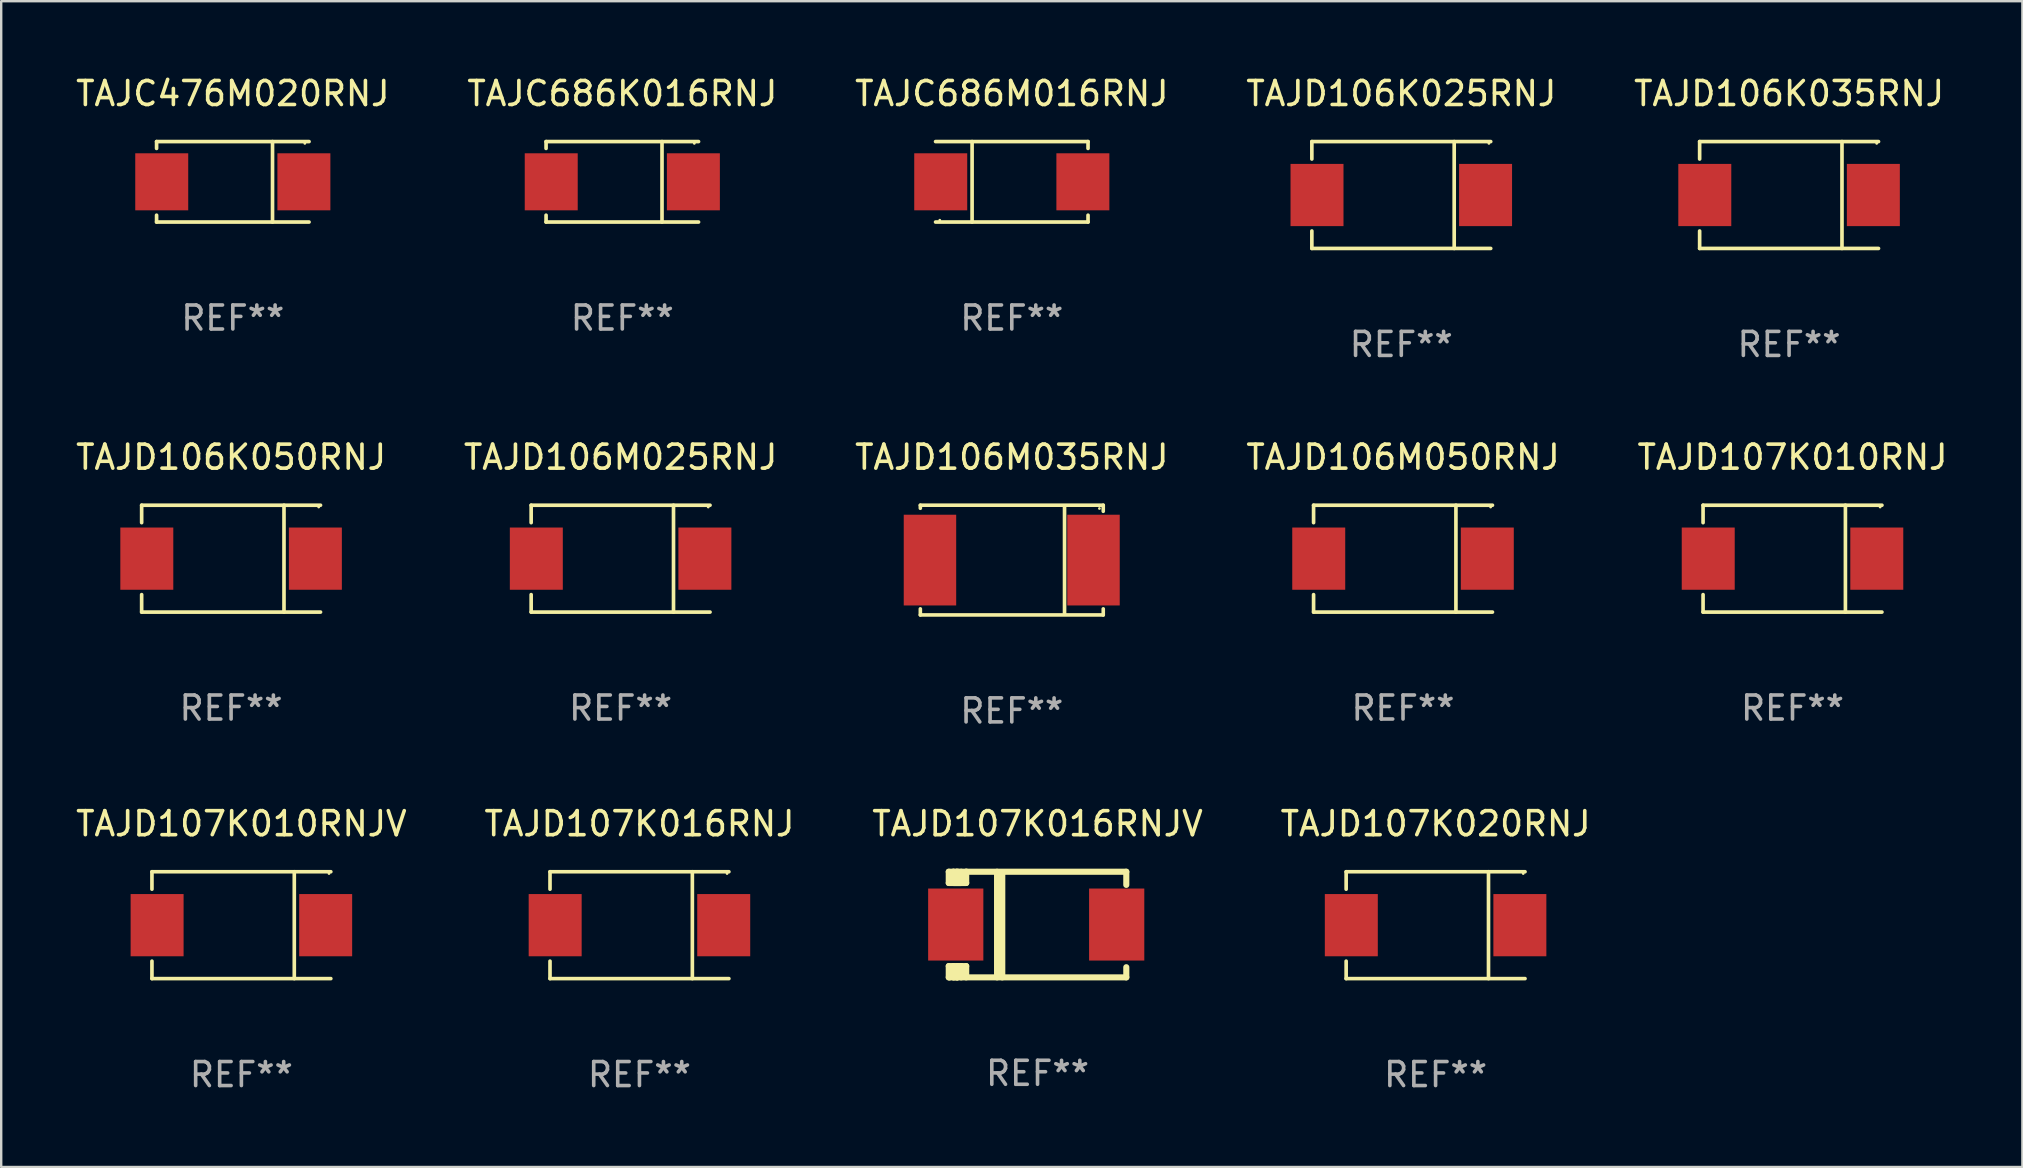
<source format=kicad_pcb>
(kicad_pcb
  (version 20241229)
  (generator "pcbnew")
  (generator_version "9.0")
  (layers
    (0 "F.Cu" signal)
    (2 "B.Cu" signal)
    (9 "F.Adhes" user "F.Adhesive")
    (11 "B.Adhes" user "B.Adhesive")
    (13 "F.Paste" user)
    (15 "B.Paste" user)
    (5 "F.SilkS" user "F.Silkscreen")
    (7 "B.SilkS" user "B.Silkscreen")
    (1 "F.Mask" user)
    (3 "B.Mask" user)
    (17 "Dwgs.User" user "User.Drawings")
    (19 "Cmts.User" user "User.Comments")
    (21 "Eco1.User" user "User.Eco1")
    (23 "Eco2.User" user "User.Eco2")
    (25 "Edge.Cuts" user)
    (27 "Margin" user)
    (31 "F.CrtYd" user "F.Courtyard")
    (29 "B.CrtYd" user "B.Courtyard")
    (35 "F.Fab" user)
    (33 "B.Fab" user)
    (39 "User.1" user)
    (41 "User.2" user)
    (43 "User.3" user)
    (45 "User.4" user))
  (footprint "TAJD106M025RNJ"
    (layer "F.Cu")
    (at 22.804 20.223)
    (property "Reference" "TAJD106M025RNJ" (at 0 -4.226 0) (layer "F.SilkS") (effects (font (size 1 1) (thickness 0.15))))
    (attr through_hole)
    (fp_line (start -3.726 -2.226) (end -3.726 -1.499) (stroke (width 0.152) (type solid)) (layer "F.SilkS"))
    (fp_line (start -3.726 -2.226) (end 3.726 -2.226) (stroke (width 0.152) (type solid)) (layer "F.SilkS"))
    (fp_line (start -3.726 2.226) (end -3.726 1.499) (stroke (width 0.152) (type solid)) (layer "F.SilkS"))
    (fp_line (start -3.726 2.226) (end 3.726 2.226) (stroke (width 0.152) (type solid)) (layer "F.SilkS"))
    (fp_line (start 2.204 -2.226) (end 2.204 2.226) (stroke (width 0.152) (type solid)) (layer "F.SilkS"))
    (fp_circle (center 3.65 -2.15) (end 3.68 -2.15) (stroke (width 0.06) (type solid)) (fill no) (layer "F.SilkS"))
    (fp_text user "REF**" (at 0 6.226 0) (layer "F.Fab") (effects (font (size 1 1) (thickness 0.15))))
    (pad "1" smd rect (at 3.511 0) (size 2.207 2.592) (layers "F.Cu" "F.Mask" "F.Paste"))
    (pad "2" smd rect (at -3.511 0) (size 2.207 2.592) (layers "F.Cu" "F.Mask" "F.Paste")))
  (footprint "TAJC686M016RNJ"
    (layer "F.Cu")
    (at 39.101 4.524)
    (property "Reference" "TAJC686M016RNJ" (at 0 -3.676 0) (layer "F.SilkS") (effects (font (size 1 1) (thickness 0.15))))
    (attr through_hole)
    (fp_line (start -1.654 1.676) (end -1.654 -1.676) (stroke (width 0.152) (type solid)) (layer "F.SilkS"))
    (fp_line (start 3.176 -1.676) (end -3.176 -1.676) (stroke (width 0.152) (type solid)) (layer "F.SilkS"))
    (fp_line (start 3.176 -1.676) (end 3.176 -1.391) (stroke (width 0.152) (type solid)) (layer "F.SilkS"))
    (fp_line (start 3.176 1.676) (end -3.176 1.676) (stroke (width 0.152) (type solid)) (layer "F.SilkS"))
    (fp_line (start 3.176 1.676) (end 3.176 1.391) (stroke (width 0.152) (type solid)) (layer "F.SilkS"))
    (fp_circle (center -3 1.6) (end -2.97 1.6) (stroke (width 0.06) (type solid)) (fill no) (layer "F.SilkS"))
    (fp_text user "REF**" (at 0 5.676 0) (layer "F.Fab") (effects (font (size 1 1) (thickness 0.15))))
    (pad "1" smd rect (at -2.961 -0.000051 180) (size 2.207 2.376) (layers "F.Cu" "F.Mask" "F.Paste"))
    (pad "2" smd rect (at 2.961 -0.000051 180) (size 2.207 2.376) (layers "F.Cu" "F.Mask" "F.Paste")))
  (footprint "TAJD106M035RNJ"
    (layer "F.Cu")
    (at 39.101 20.283)
    (property "Reference" "TAJD106M035RNJ" (at 0 -4.286 0) (layer "F.SilkS") (effects (font (size 1 1) (thickness 0.15))))
    (attr through_hole)
    (fp_line (start -3.81 -2.286) (end -3.81 -2.159) (stroke (width 0.15) (type solid)) (layer "F.SilkS"))
    (fp_line (start -3.81 2.032) (end -3.81 2.286) (stroke (width 0.15) (type solid)) (layer "F.SilkS"))
    (fp_line (start -3.81 2.286) (end 3.81 2.286) (stroke (width 0.15) (type solid)) (layer "F.SilkS"))
    (fp_line (start 2.197 -2.226) (end 2.197 2.226) (stroke (width 0.152) (type solid)) (layer "F.SilkS"))
    (fp_line (start 3.81 -2.286) (end -3.81 -2.286) (stroke (width 0.15) (type solid)) (layer "F.SilkS"))
    (fp_line (start 3.81 -2.032) (end 3.81 -2.286) (stroke (width 0.15) (type solid)) (layer "F.SilkS"))
    (fp_line (start 3.81 2.286) (end 3.81 2.032) (stroke (width 0.15) (type solid)) (layer "F.SilkS"))
    (fp_circle (center 3.65 -2.15) (end 3.68 -2.15) (stroke (width 0.06) (type solid)) (fill no) (layer "F.SilkS"))
    (fp_text user "REF**" (at 0 6.286 0) (layer "F.Fab") (effects (font (size 1 1) (thickness 0.15))))
    (pad "1" smd rect (at 3.404 0 180) (size 2.185 3.78) (layers "F.Cu" "F.Mask" "F.Paste"))
    (pad "2" smd rect (at -3.409 0 180) (size 2.185 3.78) (layers "F.Cu" "F.Mask" "F.Paste")))
  (footprint "TAJD107K016RNJ"
    (layer "F.Cu")
    (at 23.589 35.492)
    (property "Reference" "TAJD107K016RNJ" (at 0 -4.226 0) (layer "F.SilkS") (effects (font (size 1 1) (thickness 0.15))))
    (attr through_hole)
    (fp_line (start -3.726 -2.226) (end -3.726 -1.499) (stroke (width 0.152) (type solid)) (layer "F.SilkS"))
    (fp_line (start -3.726 -2.226) (end 3.726 -2.226) (stroke (width 0.152) (type solid)) (layer "F.SilkS"))
    (fp_line (start -3.726 2.226) (end -3.726 1.499) (stroke (width 0.152) (type solid)) (layer "F.SilkS"))
    (fp_line (start -3.726 2.226) (end 3.726 2.226) (stroke (width 0.152) (type solid)) (layer "F.SilkS"))
    (fp_line (start 2.204 -2.226) (end 2.204 2.226) (stroke (width 0.152) (type solid)) (layer "F.SilkS"))
    (fp_circle (center 3.65 -2.15) (end 3.68 -2.15) (stroke (width 0.06) (type solid)) (fill no) (layer "F.SilkS"))
    (fp_text user "REF**" (at 0 6.226 0) (layer "F.Fab") (effects (font (size 1 1) (thickness 0.15))))
    (pad "1" smd rect (at 3.511 0) (size 2.207 2.592) (layers "F.Cu" "F.Mask" "F.Paste"))
    (pad "2" smd rect (at -3.511 0) (size 2.207 2.592) (layers "F.Cu" "F.Mask" "F.Paste")))
  (footprint "TAJC476M020RNJ"
    (layer "F.Cu")
    (at 6.649 4.524)
    (property "Reference" "TAJC476M020RNJ" (at 0 -3.676 0) (layer "F.SilkS") (effects (font (size 1 1) (thickness 0.15))))
    (attr through_hole)
    (fp_line (start -3.176 -1.676) (end -3.176 -1.391) (stroke (width 0.152) (type solid)) (layer "F.SilkS"))
    (fp_line (start -3.176 -1.676) (end 3.176 -1.676) (stroke (width 0.152) (type solid)) (layer "F.SilkS"))
    (fp_line (start -3.176 1.676) (end -3.176 1.391) (stroke (width 0.152) (type solid)) (layer "F.SilkS"))
    (fp_line (start -3.176 1.676) (end 3.176 1.676) (stroke (width 0.152) (type solid)) (layer "F.SilkS"))
    (fp_line (start 1.654 -1.676) (end 1.654 1.676) (stroke (width 0.152) (type solid)) (layer "F.SilkS"))
    (fp_circle (center 3 -1.6) (end 3.03 -1.6) (stroke (width 0.06) (type solid)) (fill no) (layer "F.SilkS"))
    (fp_text user "REF**" (at 0 5.676 0) (layer "F.Fab") (effects (font (size 1 1) (thickness 0.15))))
    (pad "1" smd rect (at 2.961 0) (size 2.207 2.376) (layers "F.Cu" "F.Mask" "F.Paste"))
    (pad "2" smd rect (at -2.961 0) (size 2.207 2.376) (layers "F.Cu" "F.Mask" "F.Paste")))
  (footprint "TAJC686K016RNJ"
    (layer "F.Cu")
    (at 22.875 4.524)
    (property "Reference" "TAJC686K016RNJ" (at 0 -3.676 0) (layer "F.SilkS") (effects (font (size 1 1) (thickness 0.15))))
    (attr through_hole)
    (fp_line (start -3.176 -1.676) (end -3.176 -1.391) (stroke (width 0.152) (type solid)) (layer "F.SilkS"))
    (fp_line (start -3.176 -1.676) (end 3.176 -1.676) (stroke (width 0.152) (type solid)) (layer "F.SilkS"))
    (fp_line (start -3.176 1.676) (end -3.176 1.391) (stroke (width 0.152) (type solid)) (layer "F.SilkS"))
    (fp_line (start -3.176 1.676) (end 3.176 1.676) (stroke (width 0.152) (type solid)) (layer "F.SilkS"))
    (fp_line (start 1.654 -1.676) (end 1.654 1.676) (stroke (width 0.152) (type solid)) (layer "F.SilkS"))
    (fp_circle (center 3 -1.6) (end 3.03 -1.6) (stroke (width 0.06) (type solid)) (fill no) (layer "F.SilkS"))
    (fp_text user "REF**" (at 0 5.676 0) (layer "F.Fab") (effects (font (size 1 1) (thickness 0.15))))
    (pad "1" smd rect (at 2.961 0) (size 2.207 2.376) (layers "F.Cu" "F.Mask" "F.Paste"))
    (pad "2" smd rect (at -2.961 0) (size 2.207 2.376) (layers "F.Cu" "F.Mask" "F.Paste")))
  (footprint "TAJD106K050RNJ"
    (layer "F.Cu")
    (at 6.577 20.223)
    (property "Reference" "TAJD106K050RNJ" (at 0 -4.226 0) (layer "F.SilkS") (effects (font (size 1 1) (thickness 0.15))))
    (attr through_hole)
    (fp_line (start -3.726 -2.226) (end -3.726 -1.499) (stroke (width 0.152) (type solid)) (layer "F.SilkS"))
    (fp_line (start -3.726 -2.226) (end 3.726 -2.226) (stroke (width 0.152) (type solid)) (layer "F.SilkS"))
    (fp_line (start -3.726 2.226) (end -3.726 1.499) (stroke (width 0.152) (type solid)) (layer "F.SilkS"))
    (fp_line (start -3.726 2.226) (end 3.726 2.226) (stroke (width 0.152) (type solid)) (layer "F.SilkS"))
    (fp_line (start 2.204 -2.226) (end 2.204 2.226) (stroke (width 0.152) (type solid)) (layer "F.SilkS"))
    (fp_circle (center 3.65 -2.15) (end 3.68 -2.15) (stroke (width 0.06) (type solid)) (fill no) (layer "F.SilkS"))
    (fp_text user "REF**" (at 0 6.226 0) (layer "F.Fab") (effects (font (size 1 1) (thickness 0.15))))
    (pad "1" smd rect (at 3.511 0) (size 2.207 2.592) (layers "F.Cu" "F.Mask" "F.Paste"))
    (pad "2" smd rect (at -3.511 0) (size 2.207 2.592) (layers "F.Cu" "F.Mask" "F.Paste")))
  (footprint "TAJD107K016RNJV"
    (layer "F.Cu")
    (at 40.173 35.466)
    (property "Reference" "TAJD107K016RNJV" (at 0 -4.2 0) (layer "F.SilkS") (effects (font (size 1 1) (thickness 0.15))))
    (attr through_hole)
    (fp_line (start -3.698 -2.2) (end -3.502 -2.2) (stroke (width 0.254) (type solid)) (layer "F.SilkS"))
    (fp_line (start -3.698 -1.731) (end -3.698 -2.2) (stroke (width 0.254) (type solid)) (layer "F.SilkS"))
    (fp_line (start -3.698 -1.731) (end -3.502 -1.731) (stroke (width 0.254) (type solid)) (layer "F.SilkS"))
    (fp_line (start -3.698 1.731) (end -3.502 1.731) (stroke (width 0.254) (type solid)) (layer "F.SilkS"))
    (fp_line (start -3.698 2.2) (end -3.698 1.731) (stroke (width 0.254) (type solid)) (layer "F.SilkS"))
    (fp_line (start -3.66 2.2) (end -3.698 2.2) (stroke (width 0.254) (type solid)) (layer "F.SilkS"))
    (fp_line (start -3.66 2.2) (end -3.346 2.2) (stroke (width 0.254) (type solid)) (layer "F.SilkS"))
    (fp_line (start -3.502 -2.2) (end 3.698 -2.2) (stroke (width 0.254) (type solid)) (layer "F.SilkS"))
    (fp_line (start -3.502 -1.731) (end -3.502 -2.2) (stroke (width 0.254) (type solid)) (layer "F.SilkS"))
    (fp_line (start -3.502 1.731) (end -3.502 1.778) (stroke (width 0.254) (type solid)) (layer "F.SilkS"))
    (fp_line (start -3.502 1.731) (end -3.178 1.731) (stroke (width 0.254) (type solid)) (layer "F.SilkS"))
    (fp_line (start -3.502 1.778) (end -3.502 1.731) (stroke (width 0.254) (type solid)) (layer "F.SilkS"))
    (fp_line (start -3.502 2.2) (end -3.502 1.778) (stroke (width 0.254) (type solid)) (layer "F.SilkS"))
    (fp_line (start -3.502 2.2) (end 3.698 2.2) (stroke (width 0.254) (type solid)) (layer "F.SilkS"))
    (fp_line (start -3.367 -2.2) (end -3.367 -1.731) (stroke (width 0.254) (type solid)) (layer "F.SilkS"))
    (fp_line (start -3.346 1.731) (end -3.346 2.2) (stroke (width 0.254) (type solid)) (layer "F.SilkS"))
    (fp_line (start -3.346 2.2) (end -3.346 2.2) (stroke (width 0.254) (type solid)) (layer "F.SilkS"))
    (fp_line (start -3.332 1.731) (end -3.346 1.731) (stroke (width 0.254) (type solid)) (layer "F.SilkS"))
    (fp_line (start -3.303 -2.2) (end -3.367 -2.2) (stroke (width 0.254) (type solid)) (layer "F.SilkS"))
    (fp_line (start -3.179 -1.731) (end -3.179 -1.731) (stroke (width 0.254) (type solid)) (layer "F.SilkS"))
    (fp_line (start -3.179 1.731) (end -3.179 2.2) (stroke (width 0.254) (type solid)) (layer "F.SilkS"))
    (fp_line (start -3.178 -1.731) (end -3.502 -1.731) (stroke (width 0.254) (type solid)) (layer "F.SilkS"))
    (fp_line (start -3.178 -1.731) (end -3.179 -1.731) (stroke (width 0.254) (type solid)) (layer "F.SilkS"))
    (fp_line (start -3.178 -1.731) (end -3.178 -2.2) (stroke (width 0.254) (type solid)) (layer "F.SilkS"))
    (fp_line (start -3.178 1.731) (end -3.178 1.731) (stroke (width 0.254) (type solid)) (layer "F.SilkS"))
    (fp_line (start -2.972 -2.2) (end -2.972 -1.731) (stroke (width 0.254) (type solid)) (layer "F.SilkS"))
    (fp_line (start -2.972 -1.731) (end -3.502 -1.731) (stroke (width 0.254) (type solid)) (layer "F.SilkS"))
    (fp_line (start -2.972 1.731) (end -3.179 1.731) (stroke (width 0.254) (type solid)) (layer "F.SilkS"))
    (fp_line (start -2.972 1.731) (end -2.972 2.2) (stroke (width 0.254) (type solid)) (layer "F.SilkS"))
    (fp_line (start -2.957 -2.2) (end -2.972 -2.2) (stroke (width 0.254) (type solid)) (layer "F.SilkS"))
    (fp_line (start -1.686 -2.2) (end -1.686 2.2) (stroke (width 0.254) (type solid)) (layer "F.SilkS"))
    (fp_line (start -1.469 -2.159) (end -1.469 2.2) (stroke (width 0.254) (type solid)) (layer "F.SilkS"))
    (fp_line (start -1.452 -2.159) (end -1.469 -2.159) (stroke (width 0.254) (type solid)) (layer "F.SilkS"))
    (fp_line (start 3.698 -2.2) (end 3.698 -1.651) (stroke (width 0.254) (type solid)) (layer "F.SilkS"))
    (fp_line (start 3.698 2.2) (end 3.698 1.778) (stroke (width 0.254) (type solid)) (layer "F.SilkS"))
    (fp_circle (center -3.552 2.15) (end -3.522 2.15) (stroke (width 0.06) (type solid)) (fill no) (layer "F.SilkS"))
    (fp_text user "REF**" (at 0 6.2 0) (layer "F.Fab") (effects (font (size 1 1) (thickness 0.15))))
    (pad "1" smd rect (at -3.407 0) (size 2.3 3) (layers "F.Cu" "F.Mask" "F.Paste"))
    (pad "2" smd rect (at 3.298 0) (size 2.3 3) (layers "F.Cu" "F.Mask" "F.Paste")))
  (footprint "TAJD106K025RNJ"
    (layer "F.Cu")
    (at 55.327 5.074)
    (property "Reference" "TAJD106K025RNJ" (at 0 -4.226 0) (layer "F.SilkS") (effects (font (size 1 1) (thickness 0.15))))
    (attr through_hole)
    (fp_line (start -3.726 -2.226) (end -3.726 -1.499) (stroke (width 0.152) (type solid)) (layer "F.SilkS"))
    (fp_line (start -3.726 -2.226) (end 3.726 -2.226) (stroke (width 0.152) (type solid)) (layer "F.SilkS"))
    (fp_line (start -3.726 2.226) (end -3.726 1.499) (stroke (width 0.152) (type solid)) (layer "F.SilkS"))
    (fp_line (start -3.726 2.226) (end 3.726 2.226) (stroke (width 0.152) (type solid)) (layer "F.SilkS"))
    (fp_line (start 2.204 -2.226) (end 2.204 2.226) (stroke (width 0.152) (type solid)) (layer "F.SilkS"))
    (fp_circle (center 3.65 -2.15) (end 3.68 -2.15) (stroke (width 0.06) (type solid)) (fill no) (layer "F.SilkS"))
    (fp_text user "REF**" (at 0 6.226 0) (layer "F.Fab") (effects (font (size 1 1) (thickness 0.15))))
    (pad "1" smd rect (at 3.511 0) (size 2.207 2.592) (layers "F.Cu" "F.Mask" "F.Paste"))
    (pad "2" smd rect (at -3.511 0) (size 2.207 2.592) (layers "F.Cu" "F.Mask" "F.Paste")))
  (footprint "TAJD106K035RNJ"
    (layer "F.Cu")
    (at 71.482 5.074)
    (property "Reference" "TAJD106K035RNJ" (at 0 -4.226 0) (layer "F.SilkS") (effects (font (size 1 1) (thickness 0.15))))
    (attr through_hole)
    (fp_line (start -3.726 -2.226) (end -3.726 -1.499) (stroke (width 0.152) (type solid)) (layer "F.SilkS"))
    (fp_line (start -3.726 -2.226) (end 3.726 -2.226) (stroke (width 0.152) (type solid)) (layer "F.SilkS"))
    (fp_line (start -3.726 2.226) (end -3.726 1.499) (stroke (width 0.152) (type solid)) (layer "F.SilkS"))
    (fp_line (start -3.726 2.226) (end 3.726 2.226) (stroke (width 0.152) (type solid)) (layer "F.SilkS"))
    (fp_line (start 2.204 -2.226) (end 2.204 2.226) (stroke (width 0.152) (type solid)) (layer "F.SilkS"))
    (fp_circle (center 3.65 -2.15) (end 3.68 -2.15) (stroke (width 0.06) (type solid)) (fill no) (layer "F.SilkS"))
    (fp_text user "REF**" (at 0 6.226 0) (layer "F.Fab") (effects (font (size 1 1) (thickness 0.15))))
    (pad "1" smd rect (at 3.511 0) (size 2.207 2.592) (layers "F.Cu" "F.Mask" "F.Paste"))
    (pad "2" smd rect (at -3.511 0) (size 2.207 2.592) (layers "F.Cu" "F.Mask" "F.Paste")))
  (footprint "TAJD107K010RNJ"
    (layer "F.Cu")
    (at 71.625 20.223)
    (property "Reference" "TAJD107K010RNJ" (at 0 -4.226 0) (layer "F.SilkS") (effects (font (size 1 1) (thickness 0.15))))
    (attr through_hole)
    (fp_line (start -3.726 -2.226) (end -3.726 -1.499) (stroke (width 0.152) (type solid)) (layer "F.SilkS"))
    (fp_line (start -3.726 -2.226) (end 3.726 -2.226) (stroke (width 0.152) (type solid)) (layer "F.SilkS"))
    (fp_line (start -3.726 2.226) (end -3.726 1.499) (stroke (width 0.152) (type solid)) (layer "F.SilkS"))
    (fp_line (start -3.726 2.226) (end 3.726 2.226) (stroke (width 0.152) (type solid)) (layer "F.SilkS"))
    (fp_line (start 2.204 -2.226) (end 2.204 2.226) (stroke (width 0.152) (type solid)) (layer "F.SilkS"))
    (fp_circle (center 3.65 -2.15) (end 3.68 -2.15) (stroke (width 0.06) (type solid)) (fill no) (layer "F.SilkS"))
    (fp_text user "REF**" (at 0 6.226 0) (layer "F.Fab") (effects (font (size 1 1) (thickness 0.15))))
    (pad "1" smd rect (at 3.511 0) (size 2.207 2.592) (layers "F.Cu" "F.Mask" "F.Paste"))
    (pad "2" smd rect (at -3.511 0) (size 2.207 2.592) (layers "F.Cu" "F.Mask" "F.Paste")))
  (footprint "TAJD107K010RNJV"
    (layer "F.Cu")
    (at 7.006 35.492)
    (property "Reference" "TAJD107K010RNJV" (at 0 -4.226 0) (layer "F.SilkS") (effects (font (size 1 1) (thickness 0.15))))
    (attr through_hole)
    (fp_line (start -3.726 -2.226) (end -3.726 -1.499) (stroke (width 0.152) (type solid)) (layer "F.SilkS"))
    (fp_line (start -3.726 -2.226) (end 3.726 -2.226) (stroke (width 0.152) (type solid)) (layer "F.SilkS"))
    (fp_line (start -3.726 2.226) (end -3.726 1.499) (stroke (width 0.152) (type solid)) (layer "F.SilkS"))
    (fp_line (start -3.726 2.226) (end 3.726 2.226) (stroke (width 0.152) (type solid)) (layer "F.SilkS"))
    (fp_line (start 2.204 -2.226) (end 2.204 2.226) (stroke (width 0.152) (type solid)) (layer "F.SilkS"))
    (fp_circle (center 3.65 -2.15) (end 3.68 -2.15) (stroke (width 0.06) (type solid)) (fill no) (layer "F.SilkS"))
    (fp_text user "REF**" (at 0 6.226 0) (layer "F.Fab") (effects (font (size 1 1) (thickness 0.15))))
    (pad "1" smd rect (at 3.511 0) (size 2.207 2.592) (layers "F.Cu" "F.Mask" "F.Paste"))
    (pad "2" smd rect (at -3.511 0) (size 2.207 2.592) (layers "F.Cu" "F.Mask" "F.Paste")))
  (footprint "TAJD106M050RNJ"
    (layer "F.Cu")
    (at 55.399 20.223)
    (property "Reference" "TAJD106M050RNJ" (at 0 -4.226 0) (layer "F.SilkS") (effects (font (size 1 1) (thickness 0.15))))
    (attr through_hole)
    (fp_line (start -3.726 -2.226) (end -3.726 -1.499) (stroke (width 0.152) (type solid)) (layer "F.SilkS"))
    (fp_line (start -3.726 -2.226) (end 3.726 -2.226) (stroke (width 0.152) (type solid)) (layer "F.SilkS"))
    (fp_line (start -3.726 2.226) (end -3.726 1.499) (stroke (width 0.152) (type solid)) (layer "F.SilkS"))
    (fp_line (start -3.726 2.226) (end 3.726 2.226) (stroke (width 0.152) (type solid)) (layer "F.SilkS"))
    (fp_line (start 2.204 -2.226) (end 2.204 2.226) (stroke (width 0.152) (type solid)) (layer "F.SilkS"))
    (fp_circle (center 3.65 -2.15) (end 3.68 -2.15) (stroke (width 0.06) (type solid)) (fill no) (layer "F.SilkS"))
    (fp_text user "REF**" (at 0 6.226 0) (layer "F.Fab") (effects (font (size 1 1) (thickness 0.15))))
    (pad "1" smd rect (at 3.511 0) (size 2.207 2.592) (layers "F.Cu" "F.Mask" "F.Paste"))
    (pad "2" smd rect (at -3.511 0) (size 2.207 2.592) (layers "F.Cu" "F.Mask" "F.Paste")))
  (footprint "TAJD107K020RNJ"
    (layer "F.Cu")
    (at 56.756 35.492)
    (property "Reference" "TAJD107K020RNJ" (at 0 -4.226 0) (layer "F.SilkS") (effects (font (size 1 1) (thickness 0.15))))
    (attr through_hole)
    (fp_line (start -3.726 -2.226) (end -3.726 -1.499) (stroke (width 0.152) (type solid)) (layer "F.SilkS"))
    (fp_line (start -3.726 -2.226) (end 3.726 -2.226) (stroke (width 0.152) (type solid)) (layer "F.SilkS"))
    (fp_line (start -3.726 2.226) (end -3.726 1.499) (stroke (width 0.152) (type solid)) (layer "F.SilkS"))
    (fp_line (start -3.726 2.226) (end 3.726 2.226) (stroke (width 0.152) (type solid)) (layer "F.SilkS"))
    (fp_line (start 2.204 -2.226) (end 2.204 2.226) (stroke (width 0.152) (type solid)) (layer "F.SilkS"))
    (fp_circle (center 3.65 -2.15) (end 3.68 -2.15) (stroke (width 0.06) (type solid)) (fill no) (layer "F.SilkS"))
    (fp_text user "REF**" (at 0 6.226 0) (layer "F.Fab") (effects (font (size 1 1) (thickness 0.15))))
    (pad "1" smd rect (at 3.511 0) (size 2.207 2.592) (layers "F.Cu" "F.Mask" "F.Paste"))
    (pad "2" smd rect (at -3.511 0) (size 2.207 2.592) (layers "F.Cu" "F.Mask" "F.Paste")))
  (gr_rect
    (start -3 -3)
    (end 81.202 45.566)
    (stroke (width 0.1) (type default))
    (fill no)
    (layer "Edge.Cuts")))
</source>
